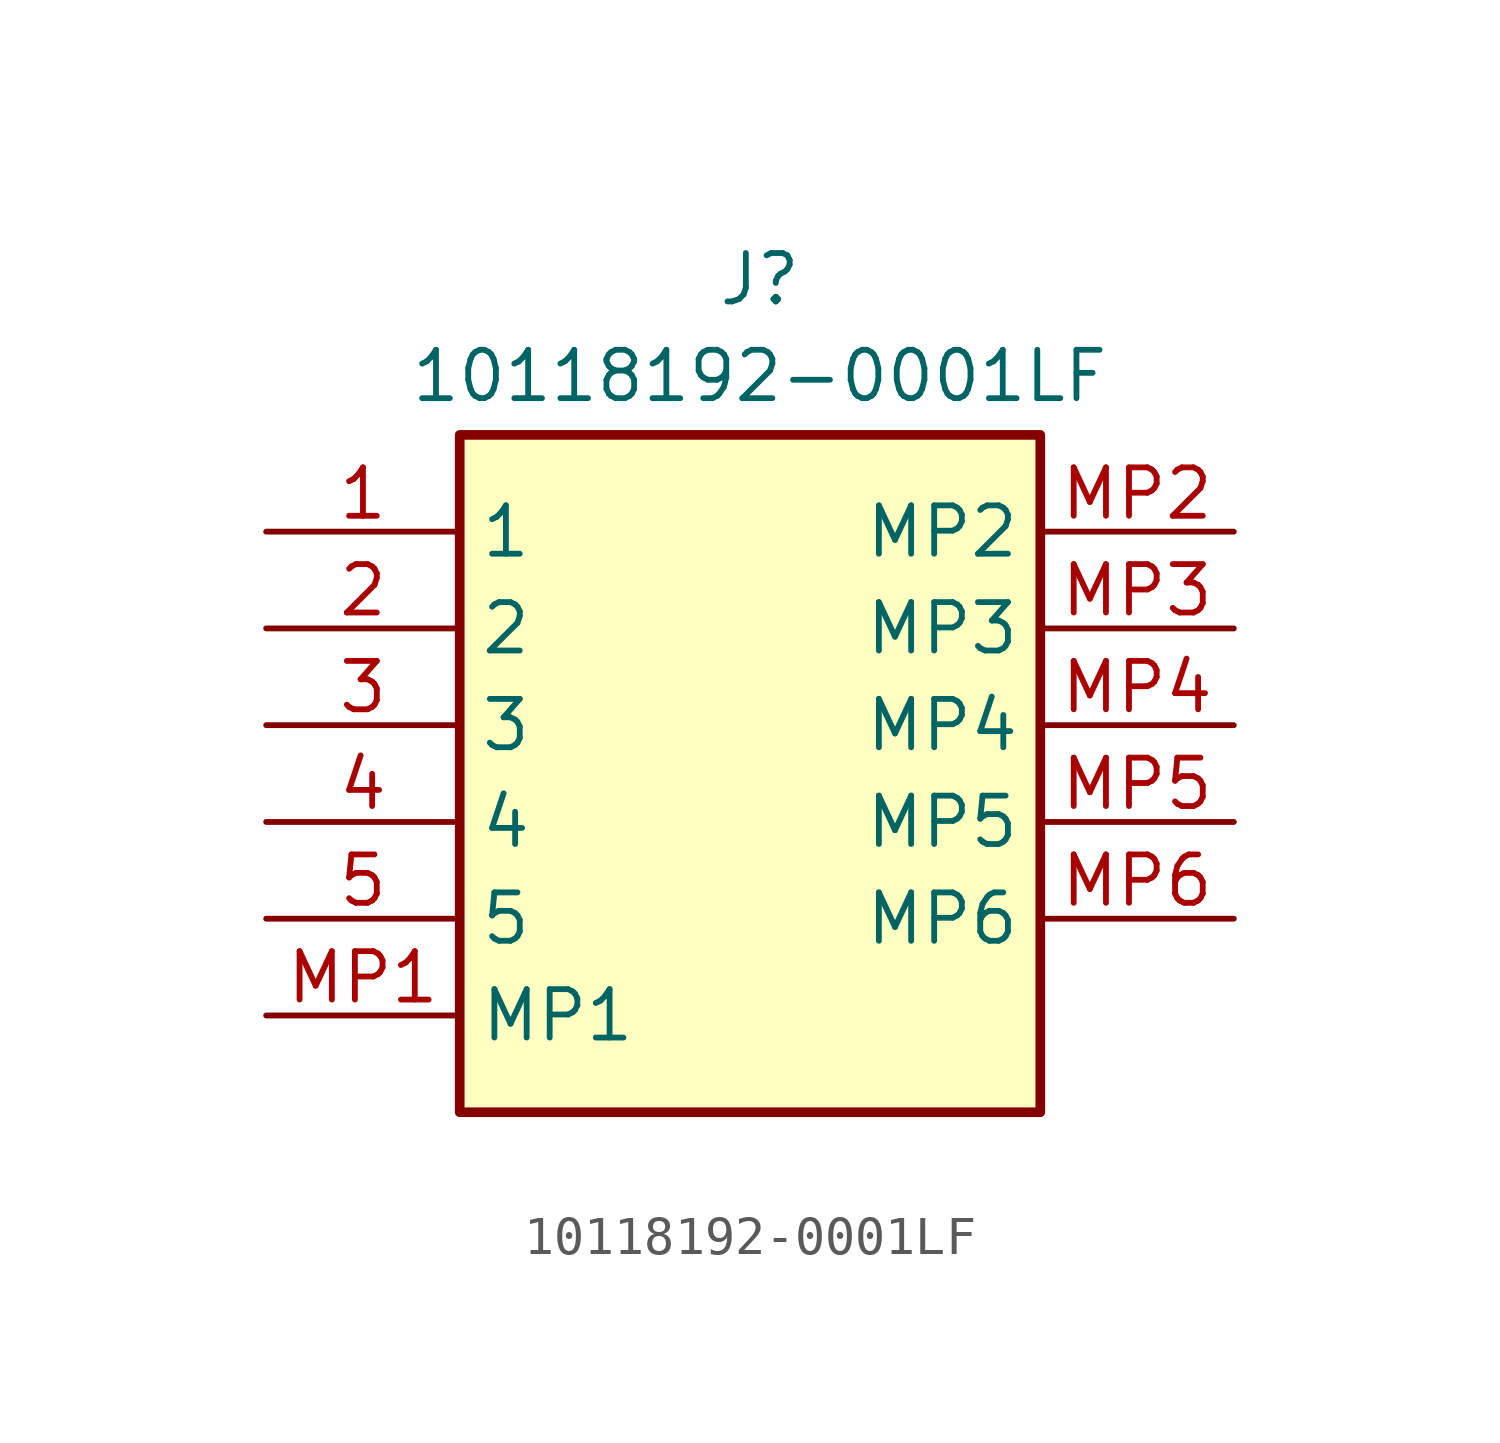
<source format=kicad_sym>
(kicad_symbol_lib
  (version 20231120)
  (generator "kicad_symbol_editor")
  (generator_version "8.0")
  (symbol "10118192-0001LF"
    (property "Reference" "J"
      (at 12.954 7.366 0)
      (effects (font (size 1.27 1.27)) (justify top)))
    (property "Value" "10118192-0001LF"
      (at 12.954 4.826 0)
      (effects (font (size 1.27 1.27)) (justify top)))
    (symbol "10118192-0001LF_1_1"
      (rectangle (start 5.08 2.54) (end 20.32 -15.24) (stroke (width 0.254) (type default)) (fill (type background)))
      (pin passive line (at 0 0 0) (length 5.08) (name "1" (effects (font (size 1.27 1.27)))) (number "1" (effects (font (size 1.27 1.27)))))
      (pin passive line (at 0 -2.54 0) (length 5.08) (name "2" (effects (font (size 1.27 1.27)))) (number "2" (effects (font (size 1.27 1.27)))))
      (pin passive line (at 0 -5.08 0) (length 5.08) (name "3" (effects (font (size 1.27 1.27)))) (number "3" (effects (font (size 1.27 1.27)))))
      (pin passive line (at 0 -7.62 0) (length 5.08) (name "4" (effects (font (size 1.27 1.27)))) (number "4" (effects (font (size 1.27 1.27)))))
      (pin passive line (at 0 -10.16 0) (length 5.08) (name "5" (effects (font (size 1.27 1.27)))) (number "5" (effects (font (size 1.27 1.27)))))
      (pin passive line (at 0 -12.7 0) (length 5.08) (name "MP1" (effects (font (size 1.27 1.27)))) (number "MP1" (effects (font (size 1.27 1.27)))))
      (pin passive line (at 25.4 0 180) (length 5.08) (name "MP2" (effects (font (size 1.27 1.27)))) (number "MP2" (effects (font (size 1.27 1.27)))))
      (pin passive line (at 25.4 -2.54 180) (length 5.08) (name "MP3" (effects (font (size 1.27 1.27)))) (number "MP3" (effects (font (size 1.27 1.27)))))
      (pin passive line (at 25.4 -5.08 180) (length 5.08) (name "MP4" (effects (font (size 1.27 1.27)))) (number "MP4" (effects (font (size 1.27 1.27)))))
      (pin passive line (at 25.4 -7.62 180) (length 5.08) (name "MP5" (effects (font (size 1.27 1.27)))) (number "MP5" (effects (font (size 1.27 1.27)))))
      (pin passive line (at 25.4 -10.16 180) (length 5.08) (name "MP6" (effects (font (size 1.27 1.27)))) (number "MP6" (effects (font (size 1.27 1.27))))))))
</source>
